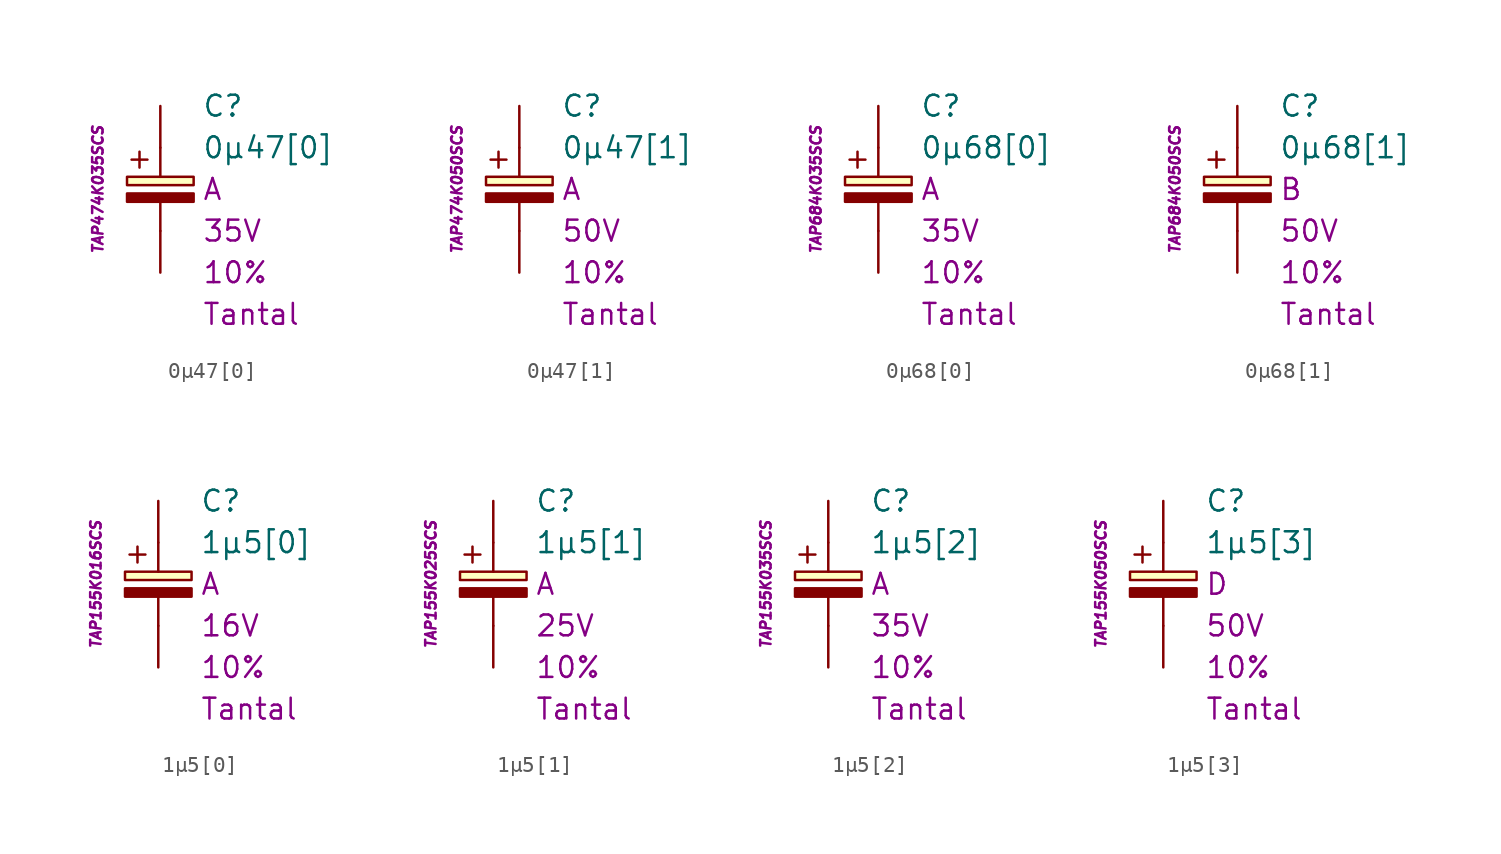
<source format=kicad_sym>
(kicad_symbol_lib
  (version 20201005)
  (generator kicad_symbol_editor)
  (symbol "0µ47[0]"
    (pin_numbers hide)
    (pin_names
      (offset 1.016) hide)
    (property "Reference" "C"
      (at 2.54 5.08 0)
      (effects (font (size 1.27 1.27)) (justify left)))
    (property "Value" "0µ47[0]"
      (at 2.54 2.54 0)
      (effects (font (size 1.27 1.27)) (justify left)))
    (property "Package" "A"
      (at 2.54 0 0)
      (effects (font (size 1.27 1.27)) (justify left)))
    (property "Voltage" "35V"
      (at 2.54 -2.54 0)
      (effects (font (size 1.27 1.27)) (justify left)))
    (property "Tolerance" "10%"
      (at 2.54 -5.08 0)
      (effects (font (size 1.27 1.27)) (justify left)))
    (property "Dielectric" "Tantal"
      (at 2.54 -7.62 0)
      (effects (font (size 1.27 1.27)) (justify left)))
    (property "MPN" "TAP474K035SCS"
      (at -3.81 0 90)
      (effects (font (size 0.635 0.635) italic)))
    (symbol "0µ47[0]_0_0"
      (text "+" (at -1.27 1.905 0) (effects (font (size 1.27 1.27)))))
    (symbol "0µ47[0]_0_1"
      (rectangle (start -2.032 -0.254) (end 2.032 -0.762) (stroke (width 0.152)) (fill (type outline)))
      (rectangle (start -2.032 0.254) (end 2.032 0.762) (stroke (width 0.152)) (fill (type background)))
      (polyline (pts (xy 0 -2.54) (xy 0 -0.762)) (stroke (width 0.152)) (fill (type none)))
      (polyline (pts (xy 0 0.762) (xy 0 2.54)) (stroke (width 0.152)) (fill (type none))))
    (symbol "0µ47[0]_1_1"
      (pin passive line (at 0 5.08 270) (length 2.54) (name "~" (effects (font (size 1.778 1.778)))) (number "1" (effects (font (size 1.778 1.778)))))
      (pin passive line (at 0 -5.08 90) (length 2.54) (name "~" (effects (font (size 1.778 1.778)))) (number "2" (effects (font (size 1.778 1.778)))))))
  (symbol "0µ47[1]"
    (pin_numbers hide)
    (pin_names
      (offset 1.016) hide)
    (property "Reference" "C"
      (at 2.54 5.08 0)
      (effects (font (size 1.27 1.27)) (justify left)))
    (property "Value" "0µ47[1]"
      (at 2.54 2.54 0)
      (effects (font (size 1.27 1.27)) (justify left)))
    (property "Package" "A"
      (at 2.54 0 0)
      (effects (font (size 1.27 1.27)) (justify left)))
    (property "Voltage" "50V"
      (at 2.54 -2.54 0)
      (effects (font (size 1.27 1.27)) (justify left)))
    (property "Tolerance" "10%"
      (at 2.54 -5.08 0)
      (effects (font (size 1.27 1.27)) (justify left)))
    (property "Dielectric" "Tantal"
      (at 2.54 -7.62 0)
      (effects (font (size 1.27 1.27)) (justify left)))
    (property "MPN" "TAP474K050SCS"
      (at -3.81 0 90)
      (effects (font (size 0.635 0.635) italic)))
    (symbol "0µ47[1]_0_0"
      (text "+" (at -1.27 1.905 0) (effects (font (size 1.27 1.27)))))
    (symbol "0µ47[1]_0_1"
      (rectangle (start -2.032 -0.254) (end 2.032 -0.762) (stroke (width 0.152)) (fill (type outline)))
      (rectangle (start -2.032 0.254) (end 2.032 0.762) (stroke (width 0.152)) (fill (type background)))
      (polyline (pts (xy 0 -2.54) (xy 0 -0.762)) (stroke (width 0.152)) (fill (type none)))
      (polyline (pts (xy 0 0.762) (xy 0 2.54)) (stroke (width 0.152)) (fill (type none))))
    (symbol "0µ47[1]_1_1"
      (pin passive line (at 0 5.08 270) (length 2.54) (name "~" (effects (font (size 1.778 1.778)))) (number "1" (effects (font (size 1.778 1.778)))))
      (pin passive line (at 0 -5.08 90) (length 2.54) (name "~" (effects (font (size 1.778 1.778)))) (number "2" (effects (font (size 1.778 1.778)))))))
  (symbol "0µ68[0]"
    (pin_numbers hide)
    (pin_names
      (offset 1.016) hide)
    (property "Reference" "C"
      (at 2.54 5.08 0)
      (effects (font (size 1.27 1.27)) (justify left)))
    (property "Value" "0µ68[0]"
      (at 2.54 2.54 0)
      (effects (font (size 1.27 1.27)) (justify left)))
    (property "Package" "A"
      (at 2.54 0 0)
      (effects (font (size 1.27 1.27)) (justify left)))
    (property "Voltage" "35V"
      (at 2.54 -2.54 0)
      (effects (font (size 1.27 1.27)) (justify left)))
    (property "Tolerance" "10%"
      (at 2.54 -5.08 0)
      (effects (font (size 1.27 1.27)) (justify left)))
    (property "Dielectric" "Tantal"
      (at 2.54 -7.62 0)
      (effects (font (size 1.27 1.27)) (justify left)))
    (property "MPN" "TAP684K035SCS"
      (at -3.81 0 90)
      (effects (font (size 0.635 0.635) italic)))
    (symbol "0µ68[0]_0_0"
      (text "+" (at -1.27 1.905 0) (effects (font (size 1.27 1.27)))))
    (symbol "0µ68[0]_0_1"
      (rectangle (start -2.032 -0.254) (end 2.032 -0.762) (stroke (width 0.152)) (fill (type outline)))
      (rectangle (start -2.032 0.254) (end 2.032 0.762) (stroke (width 0.152)) (fill (type background)))
      (polyline (pts (xy 0 -2.54) (xy 0 -0.762)) (stroke (width 0.152)) (fill (type none)))
      (polyline (pts (xy 0 0.762) (xy 0 2.54)) (stroke (width 0.152)) (fill (type none))))
    (symbol "0µ68[0]_1_1"
      (pin passive line (at 0 5.08 270) (length 2.54) (name "~" (effects (font (size 1.778 1.778)))) (number "1" (effects (font (size 1.778 1.778)))))
      (pin passive line (at 0 -5.08 90) (length 2.54) (name "~" (effects (font (size 1.778 1.778)))) (number "2" (effects (font (size 1.778 1.778)))))))
  (symbol "0µ68[1]"
    (pin_numbers hide)
    (pin_names
      (offset 1.016) hide)
    (property "Reference" "C"
      (at 2.54 5.08 0)
      (effects (font (size 1.27 1.27)) (justify left)))
    (property "Value" "0µ68[1]"
      (at 2.54 2.54 0)
      (effects (font (size 1.27 1.27)) (justify left)))
    (property "Package" "B"
      (at 2.54 0 0)
      (effects (font (size 1.27 1.27)) (justify left)))
    (property "Voltage" "50V"
      (at 2.54 -2.54 0)
      (effects (font (size 1.27 1.27)) (justify left)))
    (property "Tolerance" "10%"
      (at 2.54 -5.08 0)
      (effects (font (size 1.27 1.27)) (justify left)))
    (property "Dielectric" "Tantal"
      (at 2.54 -7.62 0)
      (effects (font (size 1.27 1.27)) (justify left)))
    (property "MPN" "TAP684K050SCS"
      (at -3.81 0 90)
      (effects (font (size 0.635 0.635) italic)))
    (symbol "0µ68[1]_0_0"
      (text "+" (at -1.27 1.905 0) (effects (font (size 1.27 1.27)))))
    (symbol "0µ68[1]_0_1"
      (rectangle (start -2.032 -0.254) (end 2.032 -0.762) (stroke (width 0.152)) (fill (type outline)))
      (rectangle (start -2.032 0.254) (end 2.032 0.762) (stroke (width 0.152)) (fill (type background)))
      (polyline (pts (xy 0 -2.54) (xy 0 -0.762)) (stroke (width 0.152)) (fill (type none)))
      (polyline (pts (xy 0 0.762) (xy 0 2.54)) (stroke (width 0.152)) (fill (type none))))
    (symbol "0µ68[1]_1_1"
      (pin passive line (at 0 5.08 270) (length 2.54) (name "~" (effects (font (size 1.778 1.778)))) (number "1" (effects (font (size 1.778 1.778)))))
      (pin passive line (at 0 -5.08 90) (length 2.54) (name "~" (effects (font (size 1.778 1.778)))) (number "2" (effects (font (size 1.778 1.778)))))))
  (symbol "1µ5[0]"
    (pin_numbers hide)
    (pin_names
      (offset 1.016) hide)
    (property "Reference" "C"
      (at 2.54 5.08 0)
      (effects (font (size 1.27 1.27)) (justify left)))
    (property "Value" "1µ5[0]"
      (at 2.54 2.54 0)
      (effects (font (size 1.27 1.27)) (justify left)))
    (property "Package" "A"
      (at 2.54 0 0)
      (effects (font (size 1.27 1.27)) (justify left)))
    (property "Voltage" "16V"
      (at 2.54 -2.54 0)
      (effects (font (size 1.27 1.27)) (justify left)))
    (property "Tolerance" "10%"
      (at 2.54 -5.08 0)
      (effects (font (size 1.27 1.27)) (justify left)))
    (property "Dielectric" "Tantal"
      (at 2.54 -7.62 0)
      (effects (font (size 1.27 1.27)) (justify left)))
    (property "MPN" "TAP155K016SCS"
      (at -3.81 0 90)
      (effects (font (size 0.635 0.635) italic)))
    (symbol "1µ5[0]_0_0"
      (text "+" (at -1.27 1.905 0) (effects (font (size 1.27 1.27)))))
    (symbol "1µ5[0]_0_1"
      (rectangle (start -2.032 -0.254) (end 2.032 -0.762) (stroke (width 0.152)) (fill (type outline)))
      (rectangle (start -2.032 0.254) (end 2.032 0.762) (stroke (width 0.152)) (fill (type background)))
      (polyline (pts (xy 0 -2.54) (xy 0 -0.762)) (stroke (width 0.152)) (fill (type none)))
      (polyline (pts (xy 0 0.762) (xy 0 2.54)) (stroke (width 0.152)) (fill (type none))))
    (symbol "1µ5[0]_1_1"
      (pin passive line (at 0 5.08 270) (length 2.54) (name "~" (effects (font (size 1.778 1.778)))) (number "1" (effects (font (size 1.778 1.778)))))
      (pin passive line (at 0 -5.08 90) (length 2.54) (name "~" (effects (font (size 1.778 1.778)))) (number "2" (effects (font (size 1.778 1.778)))))))
  (symbol "1µ5[1]"
    (pin_numbers hide)
    (pin_names
      (offset 1.016) hide)
    (property "Reference" "C"
      (at 2.54 5.08 0)
      (effects (font (size 1.27 1.27)) (justify left)))
    (property "Value" "1µ5[1]"
      (at 2.54 2.54 0)
      (effects (font (size 1.27 1.27)) (justify left)))
    (property "Package" "A"
      (at 2.54 0 0)
      (effects (font (size 1.27 1.27)) (justify left)))
    (property "Voltage" "25V"
      (at 2.54 -2.54 0)
      (effects (font (size 1.27 1.27)) (justify left)))
    (property "Tolerance" "10%"
      (at 2.54 -5.08 0)
      (effects (font (size 1.27 1.27)) (justify left)))
    (property "Dielectric" "Tantal"
      (at 2.54 -7.62 0)
      (effects (font (size 1.27 1.27)) (justify left)))
    (property "MPN" "TAP155K025SCS"
      (at -3.81 0 90)
      (effects (font (size 0.635 0.635) italic)))
    (symbol "1µ5[1]_0_0"
      (text "+" (at -1.27 1.905 0) (effects (font (size 1.27 1.27)))))
    (symbol "1µ5[1]_0_1"
      (rectangle (start -2.032 -0.254) (end 2.032 -0.762) (stroke (width 0.152)) (fill (type outline)))
      (rectangle (start -2.032 0.254) (end 2.032 0.762) (stroke (width 0.152)) (fill (type background)))
      (polyline (pts (xy 0 -2.54) (xy 0 -0.762)) (stroke (width 0.152)) (fill (type none)))
      (polyline (pts (xy 0 0.762) (xy 0 2.54)) (stroke (width 0.152)) (fill (type none))))
    (symbol "1µ5[1]_1_1"
      (pin passive line (at 0 5.08 270) (length 2.54) (name "~" (effects (font (size 1.778 1.778)))) (number "1" (effects (font (size 1.778 1.778)))))
      (pin passive line (at 0 -5.08 90) (length 2.54) (name "~" (effects (font (size 1.778 1.778)))) (number "2" (effects (font (size 1.778 1.778)))))))
  (symbol "1µ5[2]"
    (pin_numbers hide)
    (pin_names
      (offset 1.016) hide)
    (property "Reference" "C"
      (at 2.54 5.08 0)
      (effects (font (size 1.27 1.27)) (justify left)))
    (property "Value" "1µ5[2]"
      (at 2.54 2.54 0)
      (effects (font (size 1.27 1.27)) (justify left)))
    (property "Package" "A"
      (at 2.54 0 0)
      (effects (font (size 1.27 1.27)) (justify left)))
    (property "Voltage" "35V"
      (at 2.54 -2.54 0)
      (effects (font (size 1.27 1.27)) (justify left)))
    (property "Tolerance" "10%"
      (at 2.54 -5.08 0)
      (effects (font (size 1.27 1.27)) (justify left)))
    (property "Dielectric" "Tantal"
      (at 2.54 -7.62 0)
      (effects (font (size 1.27 1.27)) (justify left)))
    (property "MPN" "TAP155K035SCS"
      (at -3.81 0 90)
      (effects (font (size 0.635 0.635) italic)))
    (symbol "1µ5[2]_0_0"
      (text "+" (at -1.27 1.905 0) (effects (font (size 1.27 1.27)))))
    (symbol "1µ5[2]_0_1"
      (rectangle (start -2.032 -0.254) (end 2.032 -0.762) (stroke (width 0.152)) (fill (type outline)))
      (rectangle (start -2.032 0.254) (end 2.032 0.762) (stroke (width 0.152)) (fill (type background)))
      (polyline (pts (xy 0 -2.54) (xy 0 -0.762)) (stroke (width 0.152)) (fill (type none)))
      (polyline (pts (xy 0 0.762) (xy 0 2.54)) (stroke (width 0.152)) (fill (type none))))
    (symbol "1µ5[2]_1_1"
      (pin passive line (at 0 5.08 270) (length 2.54) (name "~" (effects (font (size 1.778 1.778)))) (number "1" (effects (font (size 1.778 1.778)))))
      (pin passive line (at 0 -5.08 90) (length 2.54) (name "~" (effects (font (size 1.778 1.778)))) (number "2" (effects (font (size 1.778 1.778)))))))
  (symbol "1µ5[3]"
    (pin_numbers hide)
    (pin_names
      (offset 1.016) hide)
    (property "Reference" "C"
      (at 2.54 5.08 0)
      (effects (font (size 1.27 1.27)) (justify left)))
    (property "Value" "1µ5[3]"
      (at 2.54 2.54 0)
      (effects (font (size 1.27 1.27)) (justify left)))
    (property "Package" "D"
      (at 2.54 0 0)
      (effects (font (size 1.27 1.27)) (justify left)))
    (property "Voltage" "50V"
      (at 2.54 -2.54 0)
      (effects (font (size 1.27 1.27)) (justify left)))
    (property "Tolerance" "10%"
      (at 2.54 -5.08 0)
      (effects (font (size 1.27 1.27)) (justify left)))
    (property "Dielectric" "Tantal"
      (at 2.54 -7.62 0)
      (effects (font (size 1.27 1.27)) (justify left)))
    (property "MPN" "TAP155K050SCS"
      (at -3.81 0 90)
      (effects (font (size 0.635 0.635) italic)))
    (symbol "1µ5[3]_0_0"
      (text "+" (at -1.27 1.905 0) (effects (font (size 1.27 1.27)))))
    (symbol "1µ5[3]_0_1"
      (rectangle (start -2.032 -0.254) (end 2.032 -0.762) (stroke (width 0.152)) (fill (type outline)))
      (rectangle (start -2.032 0.254) (end 2.032 0.762) (stroke (width 0.152)) (fill (type background)))
      (polyline (pts (xy 0 -2.54) (xy 0 -0.762)) (stroke (width 0.152)) (fill (type none)))
      (polyline (pts (xy 0 0.762) (xy 0 2.54)) (stroke (width 0.152)) (fill (type none))))
    (symbol "1µ5[3]_1_1"
      (pin passive line (at 0 5.08 270) (length 2.54) (name "~" (effects (font (size 1.778 1.778)))) (number "1" (effects (font (size 1.778 1.778)))))
      (pin passive line (at 0 -5.08 90) (length 2.54) (name "~" (effects (font (size 1.778 1.778)))) (number "2" (effects (font (size 1.778 1.778))))))))
</source>
